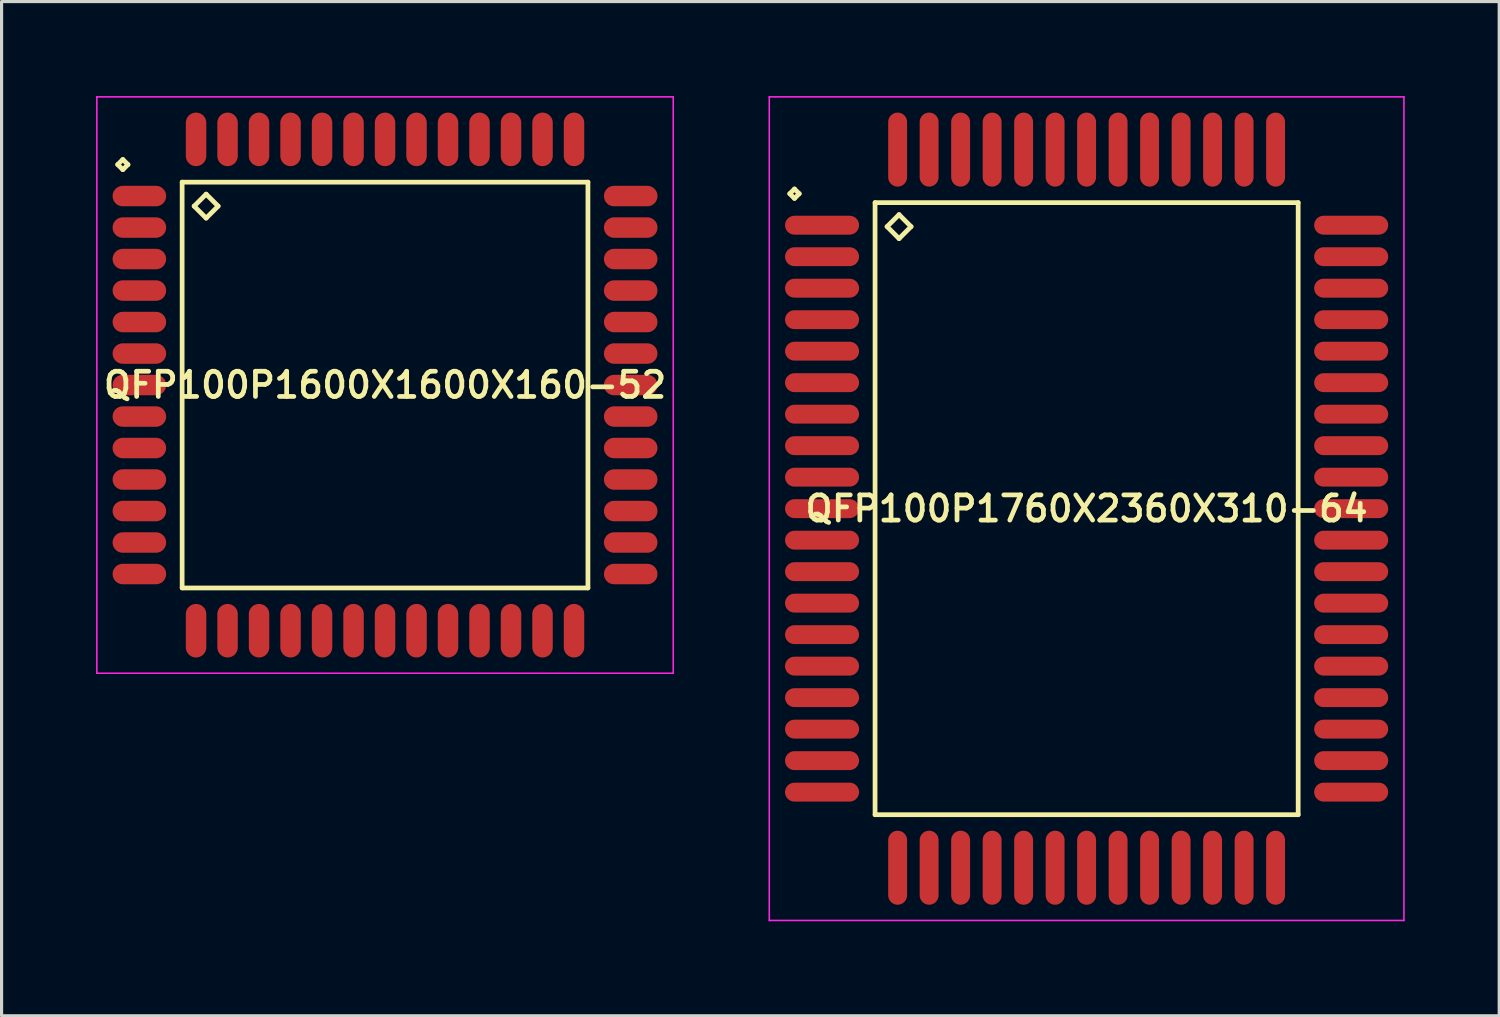
<source format=kicad_pcb>
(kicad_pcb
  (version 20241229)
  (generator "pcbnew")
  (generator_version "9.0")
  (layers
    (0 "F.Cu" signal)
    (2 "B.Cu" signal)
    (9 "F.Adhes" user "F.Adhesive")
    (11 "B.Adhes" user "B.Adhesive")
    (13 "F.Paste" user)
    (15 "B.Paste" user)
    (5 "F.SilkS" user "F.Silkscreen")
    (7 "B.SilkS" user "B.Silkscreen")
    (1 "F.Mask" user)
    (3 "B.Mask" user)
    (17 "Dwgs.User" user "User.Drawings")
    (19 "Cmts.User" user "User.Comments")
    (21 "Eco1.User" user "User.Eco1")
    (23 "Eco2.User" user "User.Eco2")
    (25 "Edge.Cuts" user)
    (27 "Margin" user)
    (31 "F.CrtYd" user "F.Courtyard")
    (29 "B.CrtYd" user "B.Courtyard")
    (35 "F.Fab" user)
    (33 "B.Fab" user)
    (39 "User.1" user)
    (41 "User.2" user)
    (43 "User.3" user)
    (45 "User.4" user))
  (footprint "QFP100P1760X2360X310-64"
    (layer "F.Cu")
    (at 31.45 13.1)
    (property "Reference" "QFP100P1760X2360X310-64" (at 0 0 0) (layer "F.SilkS") (effects (font (size 0.8 0.8) (thickness 0.15))))
    (attr smd)
    (fp_line (start -9.425 -10) (end -9.275 -10.15) (stroke (width 0.15) (type solid)) (layer "F.SilkS"))
    (fp_line (start -9.275 -10.15) (end -9.125 -10) (stroke (width 0.15) (type solid)) (layer "F.SilkS"))
    (fp_line (start -9.275 -9.85) (end -9.425 -10) (stroke (width 0.15) (type solid)) (layer "F.SilkS"))
    (fp_line (start -9.125 -10) (end -9.275 -9.85) (stroke (width 0.15) (type solid)) (layer "F.SilkS"))
    (fp_line (start -6.717 -9.717) (end -6.717 9.717) (stroke (width 0.15) (type solid)) (layer "F.SilkS"))
    (fp_line (start -6.717 9.717) (end 6.717 9.717) (stroke (width 0.15) (type solid)) (layer "F.SilkS"))
    (fp_line (start -6.336 -8.955) (end -5.955 -9.336) (stroke (width 0.15) (type solid)) (layer "F.SilkS"))
    (fp_line (start -5.955 -9.336) (end -5.574 -8.955) (stroke (width 0.15) (type solid)) (layer "F.SilkS"))
    (fp_line (start -5.955 -8.574) (end -6.336 -8.955) (stroke (width 0.15) (type solid)) (layer "F.SilkS"))
    (fp_line (start -5.574 -8.955) (end -5.955 -8.574) (stroke (width 0.15) (type solid)) (layer "F.SilkS"))
    (fp_line (start 6.717 -9.717) (end -6.717 -9.717) (stroke (width 0.15) (type solid)) (layer "F.SilkS"))
    (fp_line (start 6.717 9.717) (end 6.717 -9.717) (stroke (width 0.15) (type solid)) (layer "F.SilkS"))
    (fp_line (start -10.075 -13.075) (end 10.075 -13.075) (stroke (width 0.05) (type solid)) (layer "F.CrtYd"))
    (fp_line (start -10.075 13.075) (end -10.075 -13.075) (stroke (width 0.05) (type solid)) (layer "F.CrtYd"))
    (fp_line (start 10.075 -13.075) (end 10.075 13.075) (stroke (width 0.05) (type solid)) (layer "F.CrtYd"))
    (fp_line (start 10.075 13.075) (end -10.075 13.075) (stroke (width 0.05) (type solid)) (layer "F.CrtYd"))
    (pad "1" smd oval (at -8.4 -9) (size 2.35 0.6) (layers "F.Cu" "F.Mask" "F.Paste"))
    (pad "2" smd oval (at -8.4 -8) (size 2.35 0.6) (layers "F.Cu" "F.Mask" "F.Paste"))
    (pad "3" smd oval (at -8.4 -7) (size 2.35 0.6) (layers "F.Cu" "F.Mask" "F.Paste"))
    (pad "4" smd oval (at -8.4 -6) (size 2.35 0.6) (layers "F.Cu" "F.Mask" "F.Paste"))
    (pad "5" smd oval (at -8.4 -5) (size 2.35 0.6) (layers "F.Cu" "F.Mask" "F.Paste"))
    (pad "6" smd oval (at -8.4 -4) (size 2.35 0.6) (layers "F.Cu" "F.Mask" "F.Paste"))
    (pad "7" smd oval (at -8.4 -3) (size 2.35 0.6) (layers "F.Cu" "F.Mask" "F.Paste"))
    (pad "8" smd oval (at -8.4 -2) (size 2.35 0.6) (layers "F.Cu" "F.Mask" "F.Paste"))
    (pad "9" smd oval (at -8.4 -1) (size 2.35 0.6) (layers "F.Cu" "F.Mask" "F.Paste"))
    (pad "10" smd oval (at -8.4 0) (size 2.35 0.6) (layers "F.Cu" "F.Mask" "F.Paste"))
    (pad "11" smd oval (at -8.4 1) (size 2.35 0.6) (layers "F.Cu" "F.Mask" "F.Paste"))
    (pad "12" smd oval (at -8.4 2) (size 2.35 0.6) (layers "F.Cu" "F.Mask" "F.Paste"))
    (pad "13" smd oval (at -8.4 3) (size 2.35 0.6) (layers "F.Cu" "F.Mask" "F.Paste"))
    (pad "14" smd oval (at -8.4 4) (size 2.35 0.6) (layers "F.Cu" "F.Mask" "F.Paste"))
    (pad "15" smd oval (at -8.4 5) (size 2.35 0.6) (layers "F.Cu" "F.Mask" "F.Paste"))
    (pad "16" smd oval (at -8.4 6) (size 2.35 0.6) (layers "F.Cu" "F.Mask" "F.Paste"))
    (pad "17" smd oval (at -8.4 7) (size 2.35 0.6) (layers "F.Cu" "F.Mask" "F.Paste"))
    (pad "18" smd oval (at -8.4 8) (size 2.35 0.6) (layers "F.Cu" "F.Mask" "F.Paste"))
    (pad "19" smd oval (at -8.4 9) (size 2.35 0.6) (layers "F.Cu" "F.Mask" "F.Paste"))
    (pad "20" smd oval (at -6 11.4) (size 0.6 2.35) (layers "F.Cu" "F.Mask" "F.Paste"))
    (pad "21" smd oval (at -5 11.4) (size 0.6 2.35) (layers "F.Cu" "F.Mask" "F.Paste"))
    (pad "22" smd oval (at -4 11.4) (size 0.6 2.35) (layers "F.Cu" "F.Mask" "F.Paste"))
    (pad "23" smd oval (at -3 11.4) (size 0.6 2.35) (layers "F.Cu" "F.Mask" "F.Paste"))
    (pad "24" smd oval (at -2 11.4) (size 0.6 2.35) (layers "F.Cu" "F.Mask" "F.Paste"))
    (pad "25" smd oval (at -1 11.4) (size 0.6 2.35) (layers "F.Cu" "F.Mask" "F.Paste"))
    (pad "26" smd oval (at 0 11.4) (size 0.6 2.35) (layers "F.Cu" "F.Mask" "F.Paste"))
    (pad "27" smd oval (at 1 11.4) (size 0.6 2.35) (layers "F.Cu" "F.Mask" "F.Paste"))
    (pad "28" smd oval (at 2 11.4) (size 0.6 2.35) (layers "F.Cu" "F.Mask" "F.Paste"))
    (pad "29" smd oval (at 3 11.4) (size 0.6 2.35) (layers "F.Cu" "F.Mask" "F.Paste"))
    (pad "30" smd oval (at 4 11.4) (size 0.6 2.35) (layers "F.Cu" "F.Mask" "F.Paste"))
    (pad "31" smd oval (at 5 11.4) (size 0.6 2.35) (layers "F.Cu" "F.Mask" "F.Paste"))
    (pad "32" smd oval (at 6 11.4) (size 0.6 2.35) (layers "F.Cu" "F.Mask" "F.Paste"))
    (pad "33" smd oval (at 8.4 9) (size 2.35 0.6) (layers "F.Cu" "F.Mask" "F.Paste"))
    (pad "34" smd oval (at 8.4 8) (size 2.35 0.6) (layers "F.Cu" "F.Mask" "F.Paste"))
    (pad "35" smd oval (at 8.4 7) (size 2.35 0.6) (layers "F.Cu" "F.Mask" "F.Paste"))
    (pad "36" smd oval (at 8.4 6) (size 2.35 0.6) (layers "F.Cu" "F.Mask" "F.Paste"))
    (pad "37" smd oval (at 8.4 5) (size 2.35 0.6) (layers "F.Cu" "F.Mask" "F.Paste"))
    (pad "38" smd oval (at 8.4 4) (size 2.35 0.6) (layers "F.Cu" "F.Mask" "F.Paste"))
    (pad "39" smd oval (at 8.4 3) (size 2.35 0.6) (layers "F.Cu" "F.Mask" "F.Paste"))
    (pad "40" smd oval (at 8.4 2) (size 2.35 0.6) (layers "F.Cu" "F.Mask" "F.Paste"))
    (pad "41" smd oval (at 8.4 1) (size 2.35 0.6) (layers "F.Cu" "F.Mask" "F.Paste"))
    (pad "42" smd oval (at 8.4 0) (size 2.35 0.6) (layers "F.Cu" "F.Mask" "F.Paste"))
    (pad "43" smd oval (at 8.4 -1) (size 2.35 0.6) (layers "F.Cu" "F.Mask" "F.Paste"))
    (pad "44" smd oval (at 8.4 -2) (size 2.35 0.6) (layers "F.Cu" "F.Mask" "F.Paste"))
    (pad "45" smd oval (at 8.4 -3) (size 2.35 0.6) (layers "F.Cu" "F.Mask" "F.Paste"))
    (pad "46" smd oval (at 8.4 -4) (size 2.35 0.6) (layers "F.Cu" "F.Mask" "F.Paste"))
    (pad "47" smd oval (at 8.4 -5) (size 2.35 0.6) (layers "F.Cu" "F.Mask" "F.Paste"))
    (pad "48" smd oval (at 8.4 -6) (size 2.35 0.6) (layers "F.Cu" "F.Mask" "F.Paste"))
    (pad "49" smd oval (at 8.4 -7) (size 2.35 0.6) (layers "F.Cu" "F.Mask" "F.Paste"))
    (pad "50" smd oval (at 8.4 -8) (size 2.35 0.6) (layers "F.Cu" "F.Mask" "F.Paste"))
    (pad "51" smd oval (at 8.4 -9) (size 2.35 0.6) (layers "F.Cu" "F.Mask" "F.Paste"))
    (pad "52" smd oval (at 6 -11.4) (size 0.6 2.35) (layers "F.Cu" "F.Mask" "F.Paste"))
    (pad "53" smd oval (at 5 -11.4) (size 0.6 2.35) (layers "F.Cu" "F.Mask" "F.Paste"))
    (pad "54" smd oval (at 4 -11.4) (size 0.6 2.35) (layers "F.Cu" "F.Mask" "F.Paste"))
    (pad "55" smd oval (at 3 -11.4) (size 0.6 2.35) (layers "F.Cu" "F.Mask" "F.Paste"))
    (pad "56" smd oval (at 2 -11.4) (size 0.6 2.35) (layers "F.Cu" "F.Mask" "F.Paste"))
    (pad "57" smd oval (at 1 -11.4) (size 0.6 2.35) (layers "F.Cu" "F.Mask" "F.Paste"))
    (pad "58" smd oval (at 0 -11.4) (size 0.6 2.35) (layers "F.Cu" "F.Mask" "F.Paste"))
    (pad "59" smd oval (at -1 -11.4) (size 0.6 2.35) (layers "F.Cu" "F.Mask" "F.Paste"))
    (pad "60" smd oval (at -2 -11.4) (size 0.6 2.35) (layers "F.Cu" "F.Mask" "F.Paste"))
    (pad "61" smd oval (at -3 -11.4) (size 0.6 2.35) (layers "F.Cu" "F.Mask" "F.Paste"))
    (pad "62" smd oval (at -4 -11.4) (size 0.6 2.35) (layers "F.Cu" "F.Mask" "F.Paste"))
    (pad "63" smd oval (at -5 -11.4) (size 0.6 2.35) (layers "F.Cu" "F.Mask" "F.Paste"))
    (pad "64" smd oval (at -6 -11.4) (size 0.6 2.35) (layers "F.Cu" "F.Mask" "F.Paste")))
  (footprint "QFP100P1600X1600X160-52"
    (layer "F.Cu")
    (at 9.175 9.175)
    (property "Reference" "QFP100P1600X1600X160-52" (at 0 0 0) (layer "F.SilkS") (effects (font (size 0.8 0.8) (thickness 0.15))))
    (attr smd)
    (fp_line (start -8.488 -7) (end -8.325 -7.162) (stroke (width 0.15) (type solid)) (layer "F.SilkS"))
    (fp_line (start -8.325 -7.162) (end -8.162 -7) (stroke (width 0.15) (type solid)) (layer "F.SilkS"))
    (fp_line (start -8.325 -6.838) (end -8.488 -7) (stroke (width 0.15) (type solid)) (layer "F.SilkS"))
    (fp_line (start -8.162 -7) (end -8.325 -6.838) (stroke (width 0.15) (type solid)) (layer "F.SilkS"))
    (fp_line (start -6.442 -6.442) (end -6.442 6.442) (stroke (width 0.15) (type solid)) (layer "F.SilkS"))
    (fp_line (start -6.442 6.442) (end 6.442 6.442) (stroke (width 0.15) (type solid)) (layer "F.SilkS"))
    (fp_line (start -6.061 -5.68) (end -5.68 -6.061) (stroke (width 0.15) (type solid)) (layer "F.SilkS"))
    (fp_line (start -5.68 -6.061) (end -5.299 -5.68) (stroke (width 0.15) (type solid)) (layer "F.SilkS"))
    (fp_line (start -5.68 -5.299) (end -6.061 -5.68) (stroke (width 0.15) (type solid)) (layer "F.SilkS"))
    (fp_line (start -5.299 -5.68) (end -5.68 -5.299) (stroke (width 0.15) (type solid)) (layer "F.SilkS"))
    (fp_line (start 6.442 -6.442) (end -6.442 -6.442) (stroke (width 0.15) (type solid)) (layer "F.SilkS"))
    (fp_line (start 6.442 6.442) (end 6.442 -6.442) (stroke (width 0.15) (type solid)) (layer "F.SilkS"))
    (fp_line (start -9.15 -9.15) (end 9.15 -9.15) (stroke (width 0.05) (type solid)) (layer "F.CrtYd"))
    (fp_line (start -9.15 9.15) (end -9.15 -9.15) (stroke (width 0.05) (type solid)) (layer "F.CrtYd"))
    (fp_line (start 9.15 -9.15) (end 9.15 9.15) (stroke (width 0.05) (type solid)) (layer "F.CrtYd"))
    (fp_line (start 9.15 9.15) (end -9.15 9.15) (stroke (width 0.05) (type solid)) (layer "F.CrtYd"))
    (pad "1" smd oval (at -7.8 -6) (size 1.7 0.65) (layers "F.Cu" "F.Mask" "F.Paste"))
    (pad "2" smd oval (at -7.8 -5) (size 1.7 0.65) (layers "F.Cu" "F.Mask" "F.Paste"))
    (pad "3" smd oval (at -7.8 -4) (size 1.7 0.65) (layers "F.Cu" "F.Mask" "F.Paste"))
    (pad "4" smd oval (at -7.8 -3) (size 1.7 0.65) (layers "F.Cu" "F.Mask" "F.Paste"))
    (pad "5" smd oval (at -7.8 -2) (size 1.7 0.65) (layers "F.Cu" "F.Mask" "F.Paste"))
    (pad "6" smd oval (at -7.8 -1) (size 1.7 0.65) (layers "F.Cu" "F.Mask" "F.Paste"))
    (pad "7" smd oval (at -7.8 0) (size 1.7 0.65) (layers "F.Cu" "F.Mask" "F.Paste"))
    (pad "8" smd oval (at -7.8 1) (size 1.7 0.65) (layers "F.Cu" "F.Mask" "F.Paste"))
    (pad "9" smd oval (at -7.8 2) (size 1.7 0.65) (layers "F.Cu" "F.Mask" "F.Paste"))
    (pad "10" smd oval (at -7.8 3) (size 1.7 0.65) (layers "F.Cu" "F.Mask" "F.Paste"))
    (pad "11" smd oval (at -7.8 4) (size 1.7 0.65) (layers "F.Cu" "F.Mask" "F.Paste"))
    (pad "12" smd oval (at -7.8 5) (size 1.7 0.65) (layers "F.Cu" "F.Mask" "F.Paste"))
    (pad "13" smd oval (at -7.8 6) (size 1.7 0.65) (layers "F.Cu" "F.Mask" "F.Paste"))
    (pad "14" smd oval (at -6 7.8) (size 0.65 1.7) (layers "F.Cu" "F.Mask" "F.Paste"))
    (pad "15" smd oval (at -5 7.8) (size 0.65 1.7) (layers "F.Cu" "F.Mask" "F.Paste"))
    (pad "16" smd oval (at -4 7.8) (size 0.65 1.7) (layers "F.Cu" "F.Mask" "F.Paste"))
    (pad "17" smd oval (at -3 7.8) (size 0.65 1.7) (layers "F.Cu" "F.Mask" "F.Paste"))
    (pad "18" smd oval (at -2 7.8) (size 0.65 1.7) (layers "F.Cu" "F.Mask" "F.Paste"))
    (pad "19" smd oval (at -1 7.8) (size 0.65 1.7) (layers "F.Cu" "F.Mask" "F.Paste"))
    (pad "20" smd oval (at 0 7.8) (size 0.65 1.7) (layers "F.Cu" "F.Mask" "F.Paste"))
    (pad "21" smd oval (at 1 7.8) (size 0.65 1.7) (layers "F.Cu" "F.Mask" "F.Paste"))
    (pad "22" smd oval (at 2 7.8) (size 0.65 1.7) (layers "F.Cu" "F.Mask" "F.Paste"))
    (pad "23" smd oval (at 3 7.8) (size 0.65 1.7) (layers "F.Cu" "F.Mask" "F.Paste"))
    (pad "24" smd oval (at 4 7.8) (size 0.65 1.7) (layers "F.Cu" "F.Mask" "F.Paste"))
    (pad "25" smd oval (at 5 7.8) (size 0.65 1.7) (layers "F.Cu" "F.Mask" "F.Paste"))
    (pad "26" smd oval (at 6 7.8) (size 0.65 1.7) (layers "F.Cu" "F.Mask" "F.Paste"))
    (pad "27" smd oval (at 7.8 6) (size 1.7 0.65) (layers "F.Cu" "F.Mask" "F.Paste"))
    (pad "28" smd oval (at 7.8 5) (size 1.7 0.65) (layers "F.Cu" "F.Mask" "F.Paste"))
    (pad "29" smd oval (at 7.8 4) (size 1.7 0.65) (layers "F.Cu" "F.Mask" "F.Paste"))
    (pad "30" smd oval (at 7.8 3) (size 1.7 0.65) (layers "F.Cu" "F.Mask" "F.Paste"))
    (pad "31" smd oval (at 7.8 2) (size 1.7 0.65) (layers "F.Cu" "F.Mask" "F.Paste"))
    (pad "32" smd oval (at 7.8 1) (size 1.7 0.65) (layers "F.Cu" "F.Mask" "F.Paste"))
    (pad "33" smd oval (at 7.8 0) (size 1.7 0.65) (layers "F.Cu" "F.Mask" "F.Paste"))
    (pad "34" smd oval (at 7.8 -1) (size 1.7 0.65) (layers "F.Cu" "F.Mask" "F.Paste"))
    (pad "35" smd oval (at 7.8 -2) (size 1.7 0.65) (layers "F.Cu" "F.Mask" "F.Paste"))
    (pad "36" smd oval (at 7.8 -3) (size 1.7 0.65) (layers "F.Cu" "F.Mask" "F.Paste"))
    (pad "37" smd oval (at 7.8 -4) (size 1.7 0.65) (layers "F.Cu" "F.Mask" "F.Paste"))
    (pad "38" smd oval (at 7.8 -5) (size 1.7 0.65) (layers "F.Cu" "F.Mask" "F.Paste"))
    (pad "39" smd oval (at 7.8 -6) (size 1.7 0.65) (layers "F.Cu" "F.Mask" "F.Paste"))
    (pad "40" smd oval (at 6 -7.8) (size 0.65 1.7) (layers "F.Cu" "F.Mask" "F.Paste"))
    (pad "41" smd oval (at 5 -7.8) (size 0.65 1.7) (layers "F.Cu" "F.Mask" "F.Paste"))
    (pad "42" smd oval (at 4 -7.8) (size 0.65 1.7) (layers "F.Cu" "F.Mask" "F.Paste"))
    (pad "43" smd oval (at 3 -7.8) (size 0.65 1.7) (layers "F.Cu" "F.Mask" "F.Paste"))
    (pad "44" smd oval (at 2 -7.8) (size 0.65 1.7) (layers "F.Cu" "F.Mask" "F.Paste"))
    (pad "45" smd oval (at 1 -7.8) (size 0.65 1.7) (layers "F.Cu" "F.Mask" "F.Paste"))
    (pad "46" smd oval (at 0 -7.8) (size 0.65 1.7) (layers "F.Cu" "F.Mask" "F.Paste"))
    (pad "47" smd oval (at -1 -7.8) (size 0.65 1.7) (layers "F.Cu" "F.Mask" "F.Paste"))
    (pad "48" smd oval (at -2 -7.8) (size 0.65 1.7) (layers "F.Cu" "F.Mask" "F.Paste"))
    (pad "49" smd oval (at -3 -7.8) (size 0.65 1.7) (layers "F.Cu" "F.Mask" "F.Paste"))
    (pad "50" smd oval (at -4 -7.8) (size 0.65 1.7) (layers "F.Cu" "F.Mask" "F.Paste"))
    (pad "51" smd oval (at -5 -7.8) (size 0.65 1.7) (layers "F.Cu" "F.Mask" "F.Paste"))
    (pad "52" smd oval (at -6 -7.8) (size 0.65 1.7) (layers "F.Cu" "F.Mask" "F.Paste")))
  (gr_rect
    (start -3 -3)
    (end 44.55 29.2)
    (stroke (width 0.1) (type default))
    (fill no)
    (layer "Edge.Cuts")))
</source>
